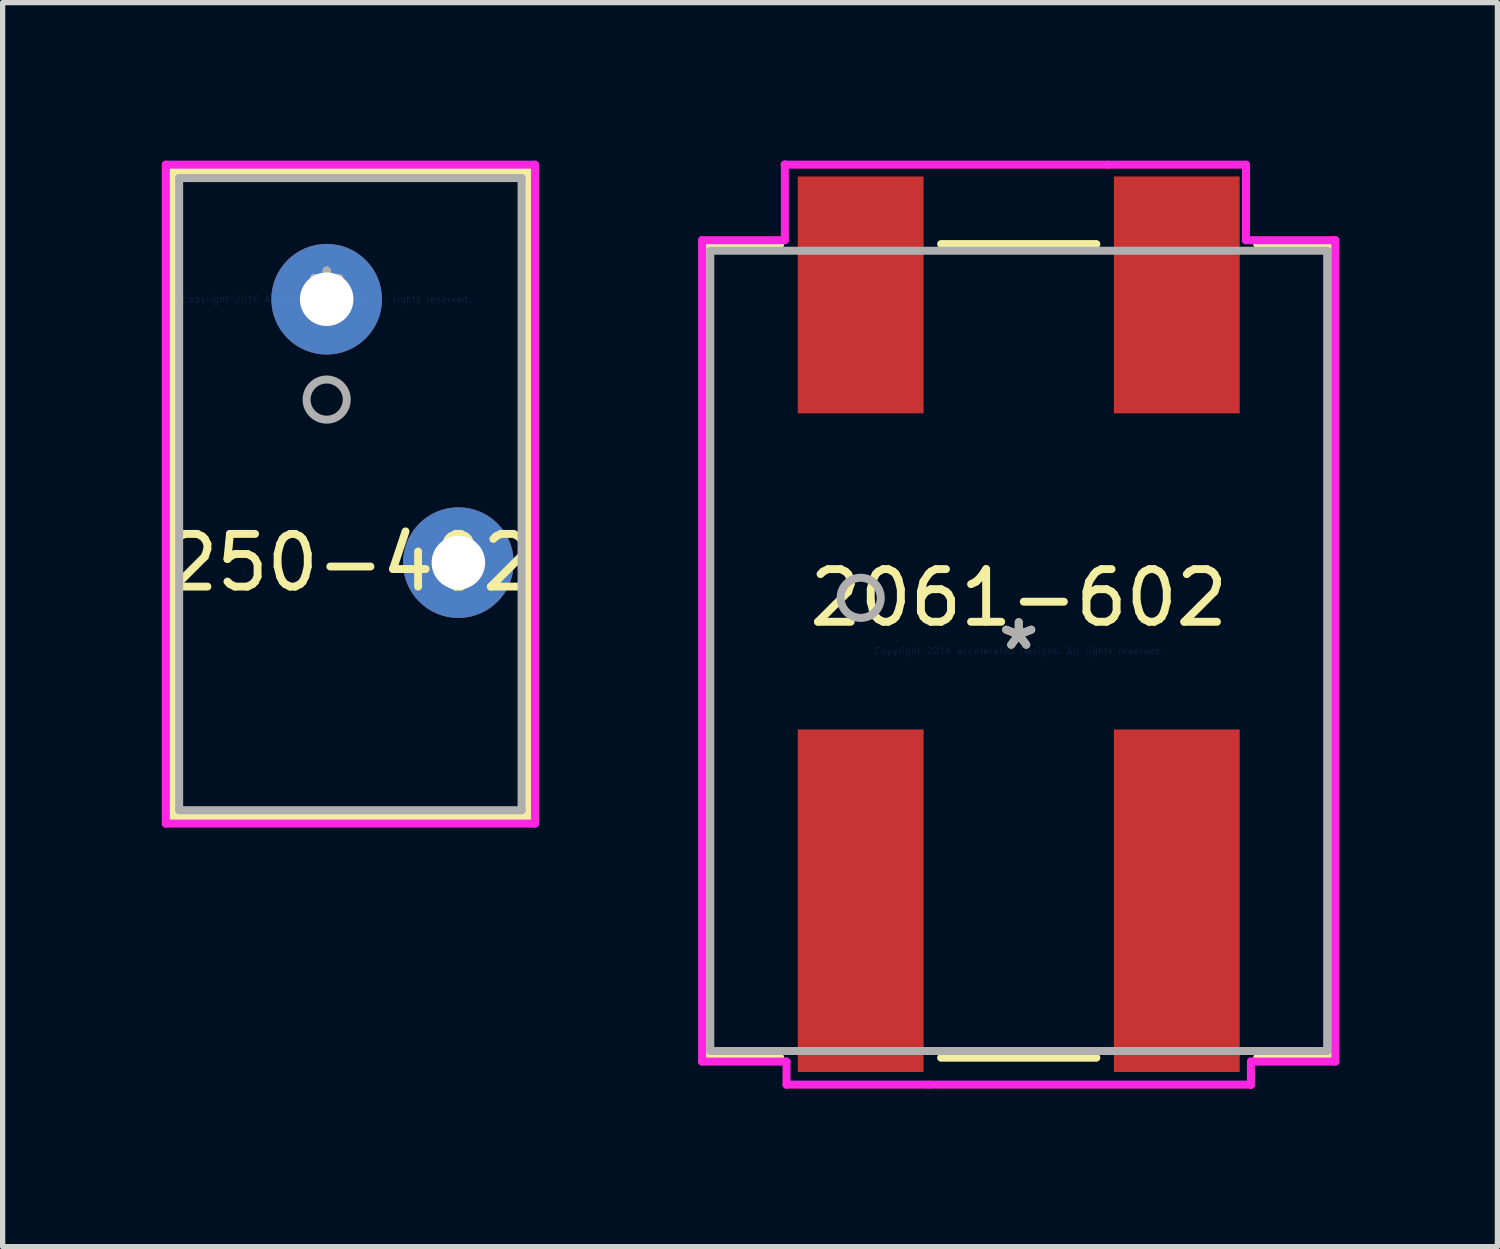
<source format=kicad_pcb>
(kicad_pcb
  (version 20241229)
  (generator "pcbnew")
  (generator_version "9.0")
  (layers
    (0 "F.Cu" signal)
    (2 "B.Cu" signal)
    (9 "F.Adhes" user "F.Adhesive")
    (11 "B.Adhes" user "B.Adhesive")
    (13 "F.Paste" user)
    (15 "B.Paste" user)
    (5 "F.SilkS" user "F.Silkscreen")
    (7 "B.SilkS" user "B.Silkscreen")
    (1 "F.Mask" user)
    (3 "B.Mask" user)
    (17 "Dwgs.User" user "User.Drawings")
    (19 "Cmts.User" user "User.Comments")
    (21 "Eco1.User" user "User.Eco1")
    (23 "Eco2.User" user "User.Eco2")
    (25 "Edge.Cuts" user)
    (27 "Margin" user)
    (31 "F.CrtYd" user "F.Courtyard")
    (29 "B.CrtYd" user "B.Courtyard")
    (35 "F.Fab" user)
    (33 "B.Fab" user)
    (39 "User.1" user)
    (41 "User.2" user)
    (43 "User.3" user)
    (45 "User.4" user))
  (footprint "250-402"
    (layer "F.Cu")
    (at 3.151 2.63)
    (property "Reference" "250-402" (at 0.45 5 0) (layer "F.SilkS") (effects (font (size 1 1) (thickness 0.15))))
    (fp_line (start -2.927 -2.427) (end -2.927 9.827) (stroke (width 0.152) (type solid)) (layer "F.SilkS"))
    (fp_line (start -2.927 9.827) (end 3.827 9.827) (stroke (width 0.152) (type solid)) (layer "F.SilkS"))
    (fp_line (start 3.827 -2.427) (end -2.927 -2.427) (stroke (width 0.152) (type solid)) (layer "F.SilkS"))
    (fp_line (start 3.827 9.827) (end 3.827 -2.427) (stroke (width 0.152) (type solid)) (layer "F.SilkS"))
    (fp_line (start -3.054 -2.554) (end -3.054 9.954) (stroke (width 0.152) (type solid)) (layer "F.CrtYd"))
    (fp_line (start -3.054 9.954) (end 3.954 9.954) (stroke (width 0.152) (type solid)) (layer "F.CrtYd"))
    (fp_line (start 3.954 -2.554) (end -3.054 -2.554) (stroke (width 0.152) (type solid)) (layer "F.CrtYd"))
    (fp_line (start 3.954 9.954) (end 3.954 -2.554) (stroke (width 0.152) (type solid)) (layer "F.CrtYd"))
    (fp_line (start -2.8 -2.3) (end -2.8 9.7) (stroke (width 0.152) (type solid)) (layer "F.Fab"))
    (fp_line (start -2.8 9.7) (end 3.7 9.7) (stroke (width 0.152) (type solid)) (layer "F.Fab"))
    (fp_line (start 3.7 -2.3) (end -2.8 -2.3) (stroke (width 0.152) (type solid)) (layer "F.Fab"))
    (fp_line (start 3.7 9.7) (end 3.7 -2.3) (stroke (width 0.152) (type solid)) (layer "F.Fab"))
    (fp_circle (center 0 1.905) (end 0.381 1.905) (stroke (width 0.152) (type solid)) (fill no) (layer "F.Fab"))
    (fp_text user "*" (at 0 0 0) (layer "F.SilkS") (effects (font (size 1 1) (thickness 0.15))))
    (fp_text user "Copyright 2016 Accelerated Designs. All rights reserved." (at 0 0 0) (layer "Cmts.User") (effects (font (size 0.127 0.127) (thickness 0.002))))
    (fp_text user "*" (at 0 0 0) (layer "F.Fab") (effects (font (size 1 1) (thickness 0.15))))
    (pad "1" thru_hole circle (at 0 0) (size 2.1 2.1) (drill 1.016) (layers "*.Cu" "*.Mask"))
    (pad "2" thru_hole circle (at 2.5 5) (size 2.1 2.1) (drill 1.016) (layers "*.Cu" "*.Mask")))
  (footprint "2061-602"
    (layer "F.Cu")
    (at 16.288 9.305)
    (property "Reference" "2061-602" (at 0 -1.007 0) (layer "F.SilkS") (effects (font (size 1 1) (thickness 0.15))))
    (fp_line (start -5.982 -7.722) (end -5.982 7.722) (stroke (width 0.152) (type solid)) (layer "F.SilkS"))
    (fp_line (start -5.982 7.722) (end -4.527 7.722) (stroke (width 0.152) (type solid)) (layer "F.SilkS"))
    (fp_line (start -4.527 -7.722) (end -5.982 -7.722) (stroke (width 0.152) (type solid)) (layer "F.SilkS"))
    (fp_line (start -1.473 7.722) (end 1.473 7.722) (stroke (width 0.152) (type solid)) (layer "F.SilkS"))
    (fp_line (start 1.473 -7.722) (end -1.473 -7.722) (stroke (width 0.152) (type solid)) (layer "F.SilkS"))
    (fp_line (start 4.527 7.722) (end 5.982 7.722) (stroke (width 0.152) (type solid)) (layer "F.SilkS"))
    (fp_line (start 5.982 -7.722) (end 4.527 -7.722) (stroke (width 0.152) (type solid)) (layer "F.SilkS"))
    (fp_line (start 5.982 7.722) (end 5.982 -7.722) (stroke (width 0.152) (type solid)) (layer "F.SilkS"))
    (fp_line (start -6.01 -7.796) (end -6.01 7.796) (stroke (width 0.152) (type solid)) (layer "F.CrtYd"))
    (fp_line (start -6.01 7.796) (end -4.408 7.796) (stroke (width 0.152) (type solid)) (layer "F.CrtYd"))
    (fp_line (start -4.44 -9.229) (end -4.44 -9.229) (stroke (width 0.152) (type solid)) (layer "F.CrtYd"))
    (fp_line (start -4.44 -9.229) (end -4.44 -9.229) (stroke (width 0.152) (type solid)) (layer "F.CrtYd"))
    (fp_line (start -4.44 -9.229) (end -4.44 -9.229) (stroke (width 0.152) (type solid)) (layer "F.CrtYd"))
    (fp_line (start -4.44 -9.229) (end -4.44 -7.796) (stroke (width 0.152) (type solid)) (layer "F.CrtYd"))
    (fp_line (start -4.44 -7.796) (end -6.01 -7.796) (stroke (width 0.152) (type solid)) (layer "F.CrtYd"))
    (fp_line (start -4.408 7.796) (end -4.408 8.233) (stroke (width 0.152) (type solid)) (layer "F.CrtYd"))
    (fp_line (start -4.408 8.233) (end -1.719 8.233) (stroke (width 0.152) (type solid)) (layer "F.CrtYd"))
    (fp_line (start -1.719 8.233) (end 4.408 8.233) (stroke (width 0.152) (type solid)) (layer "F.CrtYd"))
    (fp_line (start 1.687 -9.229) (end -4.44 -9.229) (stroke (width 0.152) (type solid)) (layer "F.CrtYd"))
    (fp_line (start 4.313 -9.229) (end 1.687 -9.229) (stroke (width 0.152) (type solid)) (layer "F.CrtYd"))
    (fp_line (start 4.313 -7.796) (end 4.313 -9.229) (stroke (width 0.152) (type solid)) (layer "F.CrtYd"))
    (fp_line (start 4.408 7.796) (end 6.01 7.796) (stroke (width 0.152) (type solid)) (layer "F.CrtYd"))
    (fp_line (start 4.408 8.233) (end 4.408 7.796) (stroke (width 0.152) (type solid)) (layer "F.CrtYd"))
    (fp_line (start 4.408 8.233) (end 4.408 8.233) (stroke (width 0.152) (type solid)) (layer "F.CrtYd"))
    (fp_line (start 4.408 8.233) (end 4.408 8.233) (stroke (width 0.152) (type solid)) (layer "F.CrtYd"))
    (fp_line (start 4.408 8.233) (end 4.408 8.233) (stroke (width 0.152) (type solid)) (layer "F.CrtYd"))
    (fp_line (start 6.01 7.796) (end 6.01 -7.796) (stroke (width 0.152) (type solid)) (layer "F.CrtYd"))
    (fp_line (start 6.01 -7.796) (end 4.313 -7.796) (stroke (width 0.152) (type solid)) (layer "F.CrtYd"))
    (fp_line (start -5.855 -7.595) (end -5.855 7.595) (stroke (width 0.152) (type solid)) (layer "F.Fab"))
    (fp_line (start -5.855 7.595) (end 5.855 7.595) (stroke (width 0.152) (type solid)) (layer "F.Fab"))
    (fp_line (start 5.855 -7.595) (end -5.855 -7.595) (stroke (width 0.152) (type solid)) (layer "F.Fab"))
    (fp_line (start 5.855 7.595) (end 5.855 -7.595) (stroke (width 0.152) (type solid)) (layer "F.Fab"))
    (fp_circle (center -3 -1.007) (end -2.619 -1.007) (stroke (width 0.152) (type solid)) (fill no) (layer "F.Fab"))
    (fp_text user "*" (at 0 0 0) (layer "F.SilkS") (effects (font (size 1 1) (thickness 0.15))))
    (fp_text user "Copyright 2016 Accelerated Designs. All rights reserved." (at 0 0 0) (layer "Cmts.User") (effects (font (size 0.127 0.127) (thickness 0.002))))
    (fp_text user "*" (at 0 0 0) (layer "F.Fab") (effects (font (size 1 1) (thickness 0.15))))
    (pad "1" smd rect (at -3 -6.757) (size 2.388 4.496) (layers "F.Cu" "F.Mask" "F.Paste"))
    (pad "1" smd rect (at -3 4.743) (size 2.388 6.502) (layers "F.Cu" "F.Mask" "F.Paste"))
    (pad "2" smd rect (at 3 -6.757) (size 2.388 4.496) (layers "F.Cu" "F.Mask" "F.Paste"))
    (pad "2" smd rect (at 3 4.743) (size 2.388 6.502) (layers "F.Cu" "F.Mask" "F.Paste")))
  (gr_rect
    (start -3 -3)
    (end 25.374 20.614)
    (stroke (width 0.1) (type default))
    (fill no)
    (layer "Edge.Cuts")))
</source>
